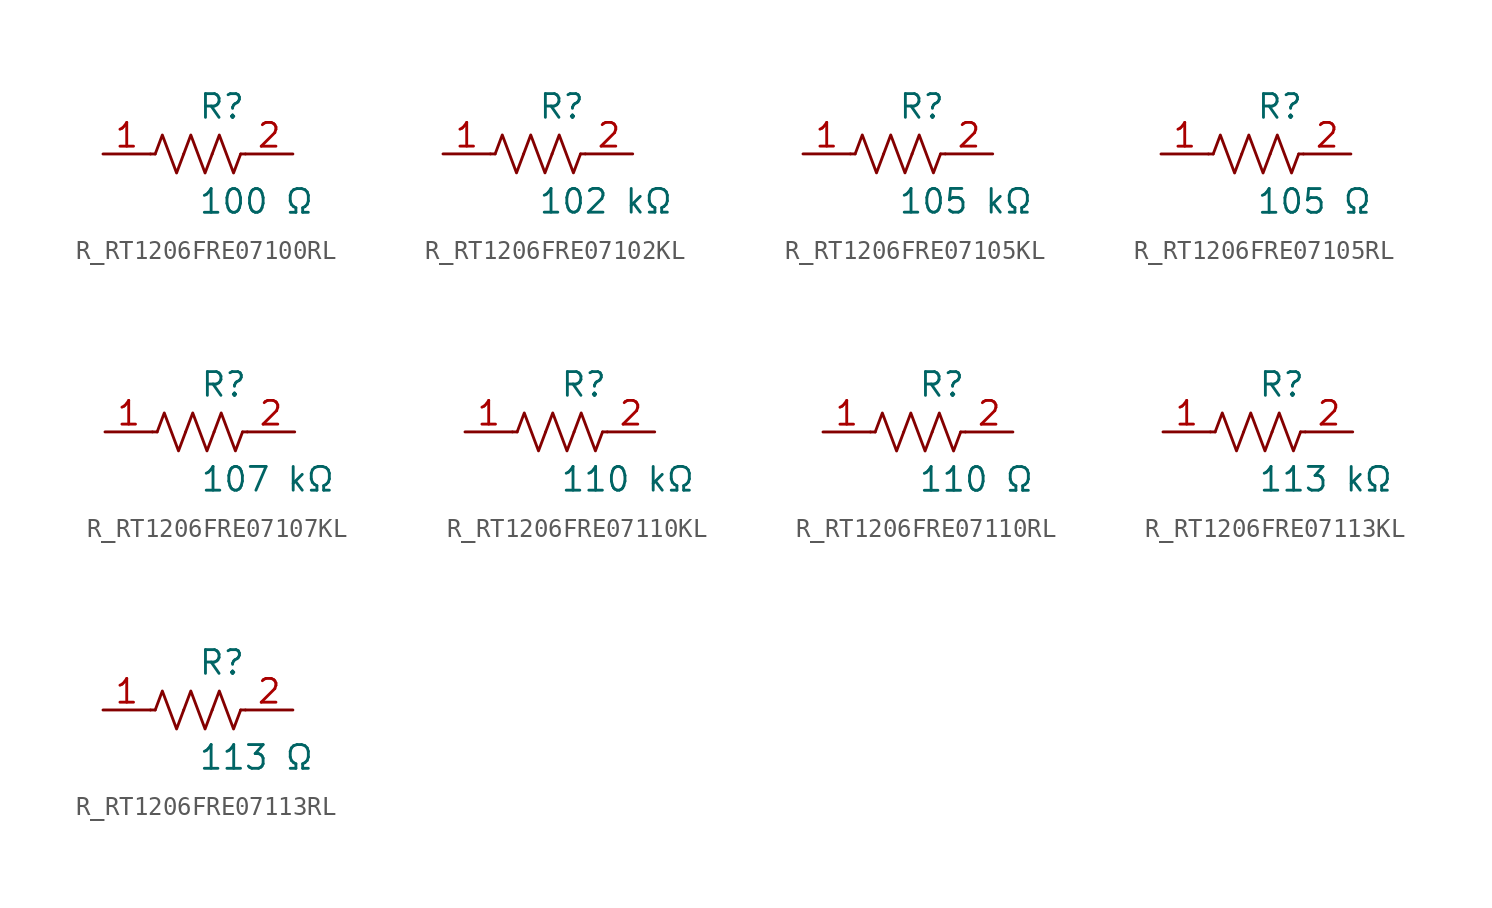
<source format=kicad_sym>
(kicad_symbol_lib
  (version 20231120)
  (generator kicad_symbol_editor)
  (generator_version 8.0)
  (symbol "R_RT1206FRE07100RL"
    (pin_names
      (offset 0.254))
    (property "Reference" "R"
      (at 0 2.54 0)
      (effects (font (size 1.27 1.27)) (justify left)))
    (property "Value" "100 Ω"
      (at 0 -2.54 0)
      (effects (font (size 1.27 1.27)) (justify left)))
    (symbol "R_RT1206FRE07100RL_0_1"
      (polyline (pts (xy 2.286 0) (xy 2.54 0)) (stroke (width 0) (type default)) (fill (type none)))
      (polyline (pts (xy -2.286 0) (xy -2.54 0)) (stroke (width 0) (type default)) (fill (type none)))
      (polyline (pts (xy 0.762 0) (xy 1.143 1.016) (xy 1.524 0) (xy 1.905 -1.016) (xy 2.286 0)) (stroke (width 0) (type default)) (fill (type none)))
      (polyline (pts (xy -0.762 0) (xy -0.381 1.016) (xy 0 0) (xy 0.381 -1.016) (xy 0.762 0)) (stroke (width 0) (type default)) (fill (type none)))
      (polyline (pts (xy -2.286 0) (xy -1.905 1.016) (xy -1.524 0) (xy -1.143 -1.016) (xy -0.762 0)) (stroke (width 0) (type default)) (fill (type none))))
    (pin unspecified line
      (at -5.08 0 0)
      (length 2.54)
      (name "" (effects (font (size 1.27 1.27))))
      (number "1" (effects (font (size 1.27 1.27)))))
    (pin unspecified line
      (at 5.08 0 180)
      (length 2.54)
      (name "" (effects (font (size 1.27 1.27))))
      (number "2" (effects (font (size 1.27 1.27))))))
  (symbol "R_RT1206FRE07102KL"
    (pin_names
      (offset 0.254))
    (property "Reference" "R"
      (at 0 2.54 0)
      (effects (font (size 1.27 1.27)) (justify left)))
    (property "Value" "102 kΩ"
      (at 0 -2.54 0)
      (effects (font (size 1.27 1.27)) (justify left)))
    (symbol "R_RT1206FRE07102KL_0_1"
      (polyline (pts (xy 2.286 0) (xy 2.54 0)) (stroke (width 0) (type default)) (fill (type none)))
      (polyline (pts (xy -2.286 0) (xy -2.54 0)) (stroke (width 0) (type default)) (fill (type none)))
      (polyline (pts (xy 0.762 0) (xy 1.143 1.016) (xy 1.524 0) (xy 1.905 -1.016) (xy 2.286 0)) (stroke (width 0) (type default)) (fill (type none)))
      (polyline (pts (xy -0.762 0) (xy -0.381 1.016) (xy 0 0) (xy 0.381 -1.016) (xy 0.762 0)) (stroke (width 0) (type default)) (fill (type none)))
      (polyline (pts (xy -2.286 0) (xy -1.905 1.016) (xy -1.524 0) (xy -1.143 -1.016) (xy -0.762 0)) (stroke (width 0) (type default)) (fill (type none))))
    (pin unspecified line
      (at -5.08 0 0)
      (length 2.54)
      (name "" (effects (font (size 1.27 1.27))))
      (number "1" (effects (font (size 1.27 1.27)))))
    (pin unspecified line
      (at 5.08 0 180)
      (length 2.54)
      (name "" (effects (font (size 1.27 1.27))))
      (number "2" (effects (font (size 1.27 1.27))))))
  (symbol "R_RT1206FRE07105KL"
    (pin_names
      (offset 0.254))
    (property "Reference" "R"
      (at 0 2.54 0)
      (effects (font (size 1.27 1.27)) (justify left)))
    (property "Value" "105 kΩ"
      (at 0 -2.54 0)
      (effects (font (size 1.27 1.27)) (justify left)))
    (symbol "R_RT1206FRE07105KL_0_1"
      (polyline (pts (xy 2.286 0) (xy 2.54 0)) (stroke (width 0) (type default)) (fill (type none)))
      (polyline (pts (xy -2.286 0) (xy -2.54 0)) (stroke (width 0) (type default)) (fill (type none)))
      (polyline (pts (xy 0.762 0) (xy 1.143 1.016) (xy 1.524 0) (xy 1.905 -1.016) (xy 2.286 0)) (stroke (width 0) (type default)) (fill (type none)))
      (polyline (pts (xy -0.762 0) (xy -0.381 1.016) (xy 0 0) (xy 0.381 -1.016) (xy 0.762 0)) (stroke (width 0) (type default)) (fill (type none)))
      (polyline (pts (xy -2.286 0) (xy -1.905 1.016) (xy -1.524 0) (xy -1.143 -1.016) (xy -0.762 0)) (stroke (width 0) (type default)) (fill (type none))))
    (pin unspecified line
      (at -5.08 0 0)
      (length 2.54)
      (name "" (effects (font (size 1.27 1.27))))
      (number "1" (effects (font (size 1.27 1.27)))))
    (pin unspecified line
      (at 5.08 0 180)
      (length 2.54)
      (name "" (effects (font (size 1.27 1.27))))
      (number "2" (effects (font (size 1.27 1.27))))))
  (symbol "R_RT1206FRE07105RL"
    (pin_names
      (offset 0.254))
    (property "Reference" "R"
      (at 0 2.54 0)
      (effects (font (size 1.27 1.27)) (justify left)))
    (property "Value" "105 Ω"
      (at 0 -2.54 0)
      (effects (font (size 1.27 1.27)) (justify left)))
    (symbol "R_RT1206FRE07105RL_0_1"
      (polyline (pts (xy 2.286 0) (xy 2.54 0)) (stroke (width 0) (type default)) (fill (type none)))
      (polyline (pts (xy -2.286 0) (xy -2.54 0)) (stroke (width 0) (type default)) (fill (type none)))
      (polyline (pts (xy 0.762 0) (xy 1.143 1.016) (xy 1.524 0) (xy 1.905 -1.016) (xy 2.286 0)) (stroke (width 0) (type default)) (fill (type none)))
      (polyline (pts (xy -0.762 0) (xy -0.381 1.016) (xy 0 0) (xy 0.381 -1.016) (xy 0.762 0)) (stroke (width 0) (type default)) (fill (type none)))
      (polyline (pts (xy -2.286 0) (xy -1.905 1.016) (xy -1.524 0) (xy -1.143 -1.016) (xy -0.762 0)) (stroke (width 0) (type default)) (fill (type none))))
    (pin unspecified line
      (at -5.08 0 0)
      (length 2.54)
      (name "" (effects (font (size 1.27 1.27))))
      (number "1" (effects (font (size 1.27 1.27)))))
    (pin unspecified line
      (at 5.08 0 180)
      (length 2.54)
      (name "" (effects (font (size 1.27 1.27))))
      (number "2" (effects (font (size 1.27 1.27))))))
  (symbol "R_RT1206FRE07107KL"
    (pin_names
      (offset 0.254))
    (property "Reference" "R"
      (at 0 2.54 0)
      (effects (font (size 1.27 1.27)) (justify left)))
    (property "Value" "107 kΩ"
      (at 0 -2.54 0)
      (effects (font (size 1.27 1.27)) (justify left)))
    (symbol "R_RT1206FRE07107KL_0_1"
      (polyline (pts (xy 2.286 0) (xy 2.54 0)) (stroke (width 0) (type default)) (fill (type none)))
      (polyline (pts (xy -2.286 0) (xy -2.54 0)) (stroke (width 0) (type default)) (fill (type none)))
      (polyline (pts (xy 0.762 0) (xy 1.143 1.016) (xy 1.524 0) (xy 1.905 -1.016) (xy 2.286 0)) (stroke (width 0) (type default)) (fill (type none)))
      (polyline (pts (xy -0.762 0) (xy -0.381 1.016) (xy 0 0) (xy 0.381 -1.016) (xy 0.762 0)) (stroke (width 0) (type default)) (fill (type none)))
      (polyline (pts (xy -2.286 0) (xy -1.905 1.016) (xy -1.524 0) (xy -1.143 -1.016) (xy -0.762 0)) (stroke (width 0) (type default)) (fill (type none))))
    (pin unspecified line
      (at -5.08 0 0)
      (length 2.54)
      (name "" (effects (font (size 1.27 1.27))))
      (number "1" (effects (font (size 1.27 1.27)))))
    (pin unspecified line
      (at 5.08 0 180)
      (length 2.54)
      (name "" (effects (font (size 1.27 1.27))))
      (number "2" (effects (font (size 1.27 1.27))))))
  (symbol "R_RT1206FRE07110KL"
    (pin_names
      (offset 0.254))
    (property "Reference" "R"
      (at 0 2.54 0)
      (effects (font (size 1.27 1.27)) (justify left)))
    (property "Value" "110 kΩ"
      (at 0 -2.54 0)
      (effects (font (size 1.27 1.27)) (justify left)))
    (symbol "R_RT1206FRE07110KL_0_1"
      (polyline (pts (xy 2.286 0) (xy 2.54 0)) (stroke (width 0) (type default)) (fill (type none)))
      (polyline (pts (xy -2.286 0) (xy -2.54 0)) (stroke (width 0) (type default)) (fill (type none)))
      (polyline (pts (xy 0.762 0) (xy 1.143 1.016) (xy 1.524 0) (xy 1.905 -1.016) (xy 2.286 0)) (stroke (width 0) (type default)) (fill (type none)))
      (polyline (pts (xy -0.762 0) (xy -0.381 1.016) (xy 0 0) (xy 0.381 -1.016) (xy 0.762 0)) (stroke (width 0) (type default)) (fill (type none)))
      (polyline (pts (xy -2.286 0) (xy -1.905 1.016) (xy -1.524 0) (xy -1.143 -1.016) (xy -0.762 0)) (stroke (width 0) (type default)) (fill (type none))))
    (pin unspecified line
      (at -5.08 0 0)
      (length 2.54)
      (name "" (effects (font (size 1.27 1.27))))
      (number "1" (effects (font (size 1.27 1.27)))))
    (pin unspecified line
      (at 5.08 0 180)
      (length 2.54)
      (name "" (effects (font (size 1.27 1.27))))
      (number "2" (effects (font (size 1.27 1.27))))))
  (symbol "R_RT1206FRE07110RL"
    (pin_names
      (offset 0.254))
    (property "Reference" "R"
      (at 0 2.54 0)
      (effects (font (size 1.27 1.27)) (justify left)))
    (property "Value" "110 Ω"
      (at 0 -2.54 0)
      (effects (font (size 1.27 1.27)) (justify left)))
    (symbol "R_RT1206FRE07110RL_0_1"
      (polyline (pts (xy 2.286 0) (xy 2.54 0)) (stroke (width 0) (type default)) (fill (type none)))
      (polyline (pts (xy -2.286 0) (xy -2.54 0)) (stroke (width 0) (type default)) (fill (type none)))
      (polyline (pts (xy 0.762 0) (xy 1.143 1.016) (xy 1.524 0) (xy 1.905 -1.016) (xy 2.286 0)) (stroke (width 0) (type default)) (fill (type none)))
      (polyline (pts (xy -0.762 0) (xy -0.381 1.016) (xy 0 0) (xy 0.381 -1.016) (xy 0.762 0)) (stroke (width 0) (type default)) (fill (type none)))
      (polyline (pts (xy -2.286 0) (xy -1.905 1.016) (xy -1.524 0) (xy -1.143 -1.016) (xy -0.762 0)) (stroke (width 0) (type default)) (fill (type none))))
    (pin unspecified line
      (at -5.08 0 0)
      (length 2.54)
      (name "" (effects (font (size 1.27 1.27))))
      (number "1" (effects (font (size 1.27 1.27)))))
    (pin unspecified line
      (at 5.08 0 180)
      (length 2.54)
      (name "" (effects (font (size 1.27 1.27))))
      (number "2" (effects (font (size 1.27 1.27))))))
  (symbol "R_RT1206FRE07113KL"
    (pin_names
      (offset 0.254))
    (property "Reference" "R"
      (at 0 2.54 0)
      (effects (font (size 1.27 1.27)) (justify left)))
    (property "Value" "113 kΩ"
      (at 0 -2.54 0)
      (effects (font (size 1.27 1.27)) (justify left)))
    (symbol "R_RT1206FRE07113KL_0_1"
      (polyline (pts (xy 2.286 0) (xy 2.54 0)) (stroke (width 0) (type default)) (fill (type none)))
      (polyline (pts (xy -2.286 0) (xy -2.54 0)) (stroke (width 0) (type default)) (fill (type none)))
      (polyline (pts (xy 0.762 0) (xy 1.143 1.016) (xy 1.524 0) (xy 1.905 -1.016) (xy 2.286 0)) (stroke (width 0) (type default)) (fill (type none)))
      (polyline (pts (xy -0.762 0) (xy -0.381 1.016) (xy 0 0) (xy 0.381 -1.016) (xy 0.762 0)) (stroke (width 0) (type default)) (fill (type none)))
      (polyline (pts (xy -2.286 0) (xy -1.905 1.016) (xy -1.524 0) (xy -1.143 -1.016) (xy -0.762 0)) (stroke (width 0) (type default)) (fill (type none))))
    (pin unspecified line
      (at -5.08 0 0)
      (length 2.54)
      (name "" (effects (font (size 1.27 1.27))))
      (number "1" (effects (font (size 1.27 1.27)))))
    (pin unspecified line
      (at 5.08 0 180)
      (length 2.54)
      (name "" (effects (font (size 1.27 1.27))))
      (number "2" (effects (font (size 1.27 1.27))))))
  (symbol "R_RT1206FRE07113RL"
    (pin_names
      (offset 0.254))
    (property "Reference" "R"
      (at 0 2.54 0)
      (effects (font (size 1.27 1.27)) (justify left)))
    (property "Value" "113 Ω"
      (at 0 -2.54 0)
      (effects (font (size 1.27 1.27)) (justify left)))
    (symbol "R_RT1206FRE07113RL_0_1"
      (polyline (pts (xy 2.286 0) (xy 2.54 0)) (stroke (width 0) (type default)) (fill (type none)))
      (polyline (pts (xy -2.286 0) (xy -2.54 0)) (stroke (width 0) (type default)) (fill (type none)))
      (polyline (pts (xy 0.762 0) (xy 1.143 1.016) (xy 1.524 0) (xy 1.905 -1.016) (xy 2.286 0)) (stroke (width 0) (type default)) (fill (type none)))
      (polyline (pts (xy -0.762 0) (xy -0.381 1.016) (xy 0 0) (xy 0.381 -1.016) (xy 0.762 0)) (stroke (width 0) (type default)) (fill (type none)))
      (polyline (pts (xy -2.286 0) (xy -1.905 1.016) (xy -1.524 0) (xy -1.143 -1.016) (xy -0.762 0)) (stroke (width 0) (type default)) (fill (type none))))
    (pin unspecified line
      (at -5.08 0 0)
      (length 2.54)
      (name "" (effects (font (size 1.27 1.27))))
      (number "1" (effects (font (size 1.27 1.27)))))
    (pin unspecified line
      (at 5.08 0 180)
      (length 2.54)
      (name "" (effects (font (size 1.27 1.27))))
      (number "2" (effects (font (size 1.27 1.27)))))))
</source>
